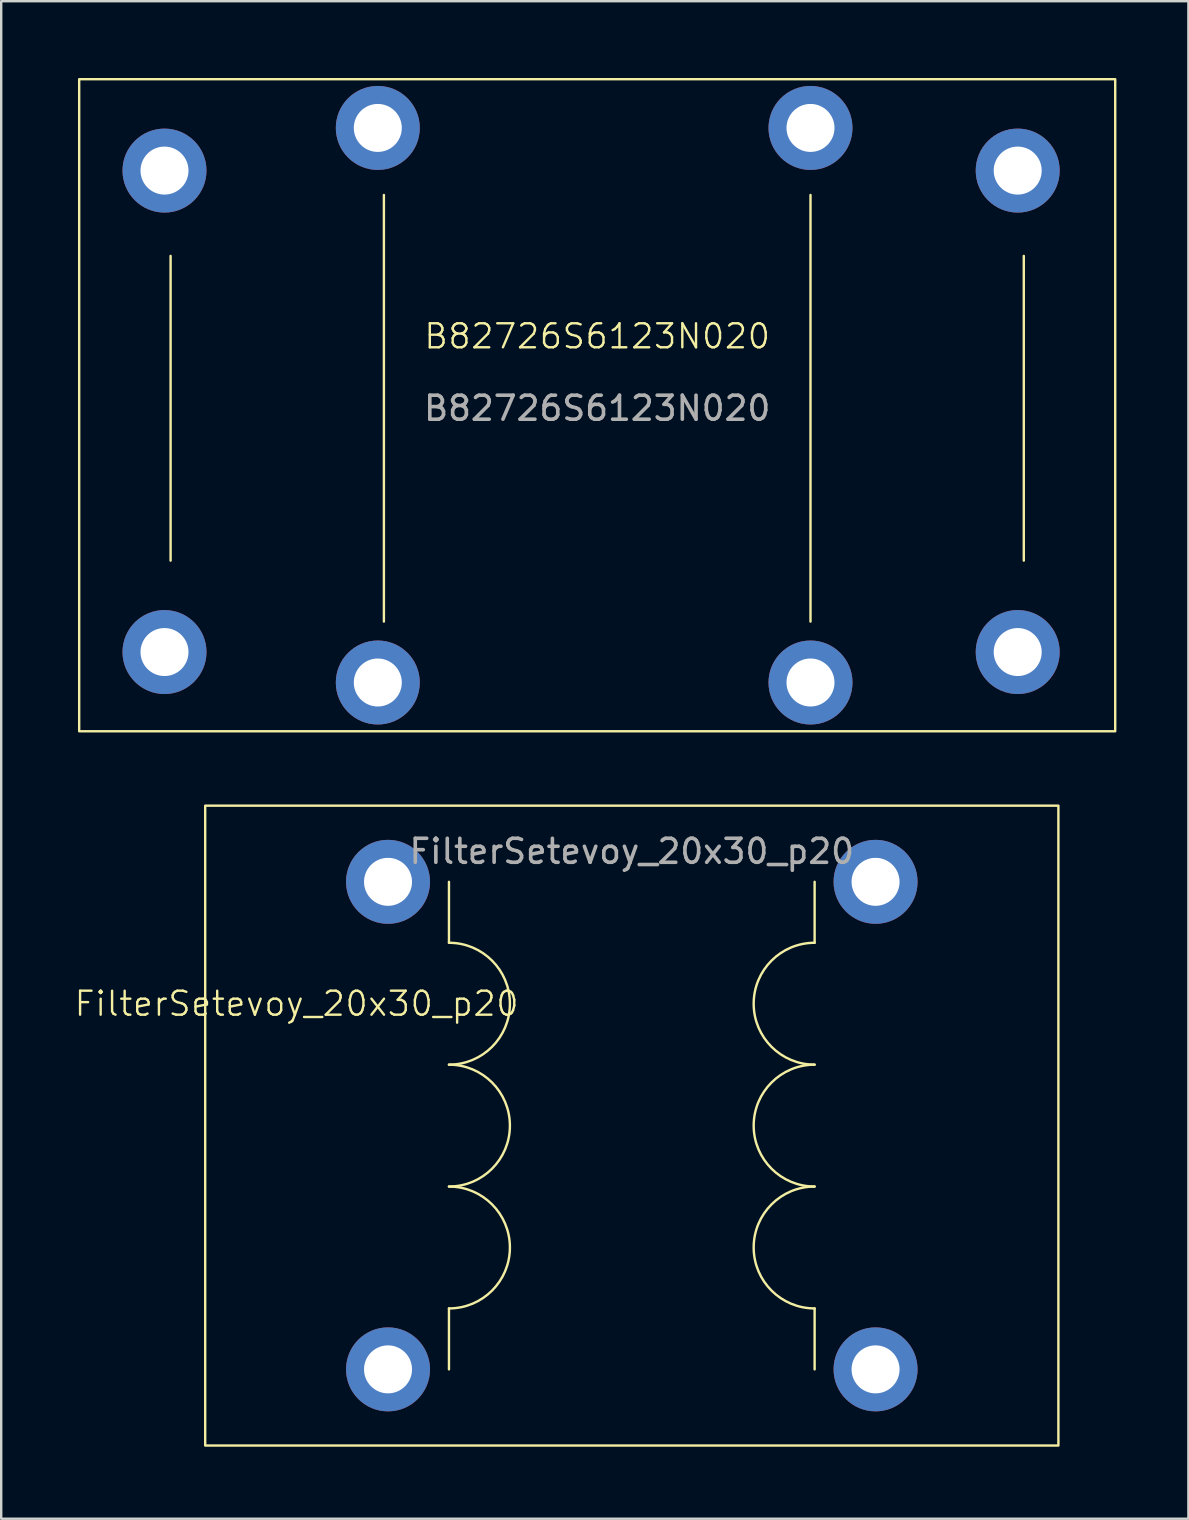
<source format=kicad_pcb>
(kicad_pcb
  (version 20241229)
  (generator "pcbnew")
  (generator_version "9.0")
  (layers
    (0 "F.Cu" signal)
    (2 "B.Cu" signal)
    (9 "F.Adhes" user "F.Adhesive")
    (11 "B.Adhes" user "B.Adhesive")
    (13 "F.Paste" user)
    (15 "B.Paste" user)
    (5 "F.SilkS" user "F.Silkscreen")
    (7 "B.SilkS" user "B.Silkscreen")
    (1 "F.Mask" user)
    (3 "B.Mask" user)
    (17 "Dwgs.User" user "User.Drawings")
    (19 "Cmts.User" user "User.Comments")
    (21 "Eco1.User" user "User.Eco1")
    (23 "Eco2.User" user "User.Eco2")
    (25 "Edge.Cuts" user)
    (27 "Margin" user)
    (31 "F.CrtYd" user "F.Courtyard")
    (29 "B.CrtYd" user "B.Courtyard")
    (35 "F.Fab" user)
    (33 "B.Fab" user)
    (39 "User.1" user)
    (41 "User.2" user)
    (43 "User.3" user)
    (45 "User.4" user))
  (footprint "FilterSetevoy_20x30_p20"
    (layer "F.Cu")
    (at 13.122 33.703)
    (property "Reference" "FilterSetevoy_20x30_p20" (at -3.81 5.08 0) (unlocked yes) (layer "F.SilkS") (effects (font (size 1 1) (thickness 0.1))))
    (attr through_hole)
    (fp_line (start 2.54 2.54) (end 2.54 0) (stroke (width 0.1) (type default)) (layer "F.SilkS"))
    (fp_line (start 2.54 17.78) (end 2.54 20.32) (stroke (width 0.1) (type default)) (layer "F.SilkS"))
    (fp_line (start 17.78 2.54) (end 17.78 0) (stroke (width 0.1) (type default)) (layer "F.SilkS"))
    (fp_line (start 17.78 17.78) (end 17.78 20.32) (stroke (width 0.1) (type default)) (layer "F.SilkS"))
    (fp_rect (start -7.62 -3.175) (end 27.94 23.495) (stroke (width 0.1) (type default)) (fill no) (layer "F.SilkS"))
    (fp_arc (start 2.54 2.54) (mid 5.08 5.08) (end 2.54 7.62) (stroke (width 0.1) (type default)) (layer "F.SilkS"))
    (fp_arc (start 2.54 7.62) (mid 5.08 10.16) (end 2.54 12.7) (stroke (width 0.1) (type default)) (layer "F.SilkS"))
    (fp_arc (start 2.54 12.7) (mid 5.08 15.24) (end 2.54 17.78) (stroke (width 0.1) (type default)) (layer "F.SilkS"))
    (fp_arc (start 17.78 7.62) (mid 15.24 5.08) (end 17.78 2.54) (stroke (width 0.1) (type default)) (layer "F.SilkS"))
    (fp_arc (start 17.78 12.7) (mid 15.24 10.16) (end 17.78 7.62) (stroke (width 0.1) (type default)) (layer "F.SilkS"))
    (fp_arc (start 17.78 17.78) (mid 15.24 15.24) (end 17.78 12.7) (stroke (width 0.1) (type default)) (layer "F.SilkS"))
    (fp_text user "${REFERENCE}" (at 10.16 -1.27 0) (unlocked yes) (layer "F.Fab") (effects (font (size 1 1) (thickness 0.15))))
    (pad "1" thru_hole circle (at 20.32 0) (size 3.5 3.5) (drill 2) (layers "*.Cu" "*.Mask"))
    (pad "2" thru_hole circle (at 0 0) (size 3.5 3.5) (drill 2) (layers "*.Cu" "*.Mask"))
    (pad "3" thru_hole circle (at 0 20.32) (size 3.5 3.5) (drill 2) (layers "*.Cu" "*.Mask"))
    (pad "4" thru_hole circle (at 20.32 20.32) (size 3.5 3.5) (drill 2) (layers "*.Cu" "*.Mask")))
  (footprint "B82726S6123N020"
    (layer "F.Cu")
    (at 0.25 0.25)
    (property "Reference" "B82726S6123N020" (at 21.59 10.716 0) (unlocked yes) (layer "F.SilkS") (effects (font (size 1 1) (thickness 0.1))))
    (attr through_hole)
    (fp_line (start 3.81 7.366) (end 3.81 20.066) (stroke (width 0.1) (type default)) (layer "F.SilkS"))
    (fp_line (start 12.7 4.826) (end 12.7 22.606) (stroke (width 0.1) (type default)) (layer "F.SilkS"))
    (fp_line (start 30.48 4.826) (end 30.48 22.606) (stroke (width 0.1) (type default)) (layer "F.SilkS"))
    (fp_line (start 39.37 7.366) (end 39.37 20.066) (stroke (width 0.1) (type default)) (layer "F.SilkS"))
    (fp_rect (start 0 0) (end 43.18 27.178) (stroke (width 0.1) (type default)) (fill no) (layer "F.SilkS"))
    (fp_text user "${REFERENCE}" (at 21.59 13.716 0) (unlocked yes) (layer "F.Fab") (effects (font (size 1 1) (thickness 0.15))))
    (pad "1" thru_hole circle (at 3.556 3.81) (size 3.5 3.5) (drill 2) (layers "*.Cu" "*.Mask"))
    (pad "1" thru_hole circle (at 12.446 2.032) (size 3.5 3.5) (drill 2) (layers "*.Cu" "*.Mask"))
    (pad "2" thru_hole circle (at 30.48 2.032) (size 3.5 3.5) (drill 2) (layers "*.Cu" "*.Mask"))
    (pad "2" thru_hole circle (at 39.116 3.81) (size 3.5 3.5) (drill 2) (layers "*.Cu" "*.Mask"))
    (pad "3" thru_hole circle (at 30.48 25.146) (size 3.5 3.5) (drill 2) (layers "*.Cu" "*.Mask"))
    (pad "3" thru_hole circle (at 39.116 23.876) (size 3.5 3.5) (drill 2) (layers "*.Cu" "*.Mask"))
    (pad "4" thru_hole circle (at 3.556 23.876) (size 3.5 3.5) (drill 2) (layers "*.Cu" "*.Mask"))
    (pad "4" thru_hole circle (at 12.446 25.146) (size 3.5 3.5) (drill 2) (layers "*.Cu" "*.Mask")))
  (gr_rect
    (start -3 -3)
    (end 46.48 60.248)
    (stroke (width 0.1) (type default))
    (fill no)
    (layer "Edge.Cuts")))
</source>
